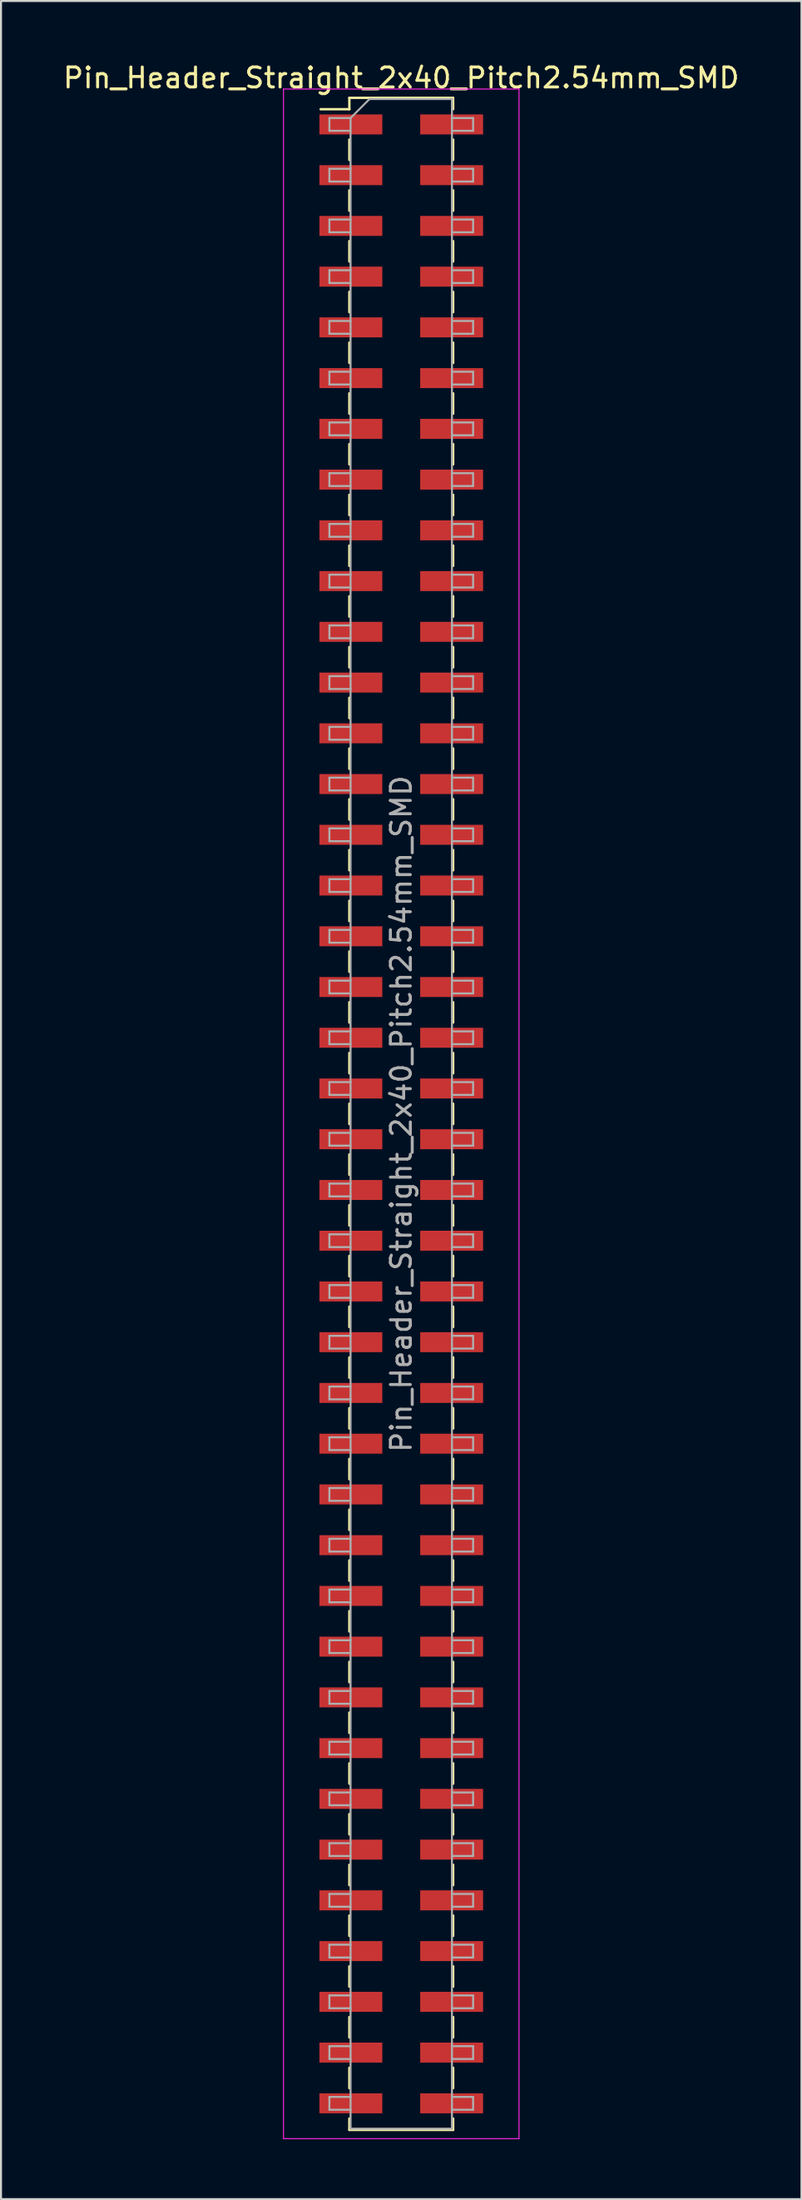
<source format=kicad_pcb>
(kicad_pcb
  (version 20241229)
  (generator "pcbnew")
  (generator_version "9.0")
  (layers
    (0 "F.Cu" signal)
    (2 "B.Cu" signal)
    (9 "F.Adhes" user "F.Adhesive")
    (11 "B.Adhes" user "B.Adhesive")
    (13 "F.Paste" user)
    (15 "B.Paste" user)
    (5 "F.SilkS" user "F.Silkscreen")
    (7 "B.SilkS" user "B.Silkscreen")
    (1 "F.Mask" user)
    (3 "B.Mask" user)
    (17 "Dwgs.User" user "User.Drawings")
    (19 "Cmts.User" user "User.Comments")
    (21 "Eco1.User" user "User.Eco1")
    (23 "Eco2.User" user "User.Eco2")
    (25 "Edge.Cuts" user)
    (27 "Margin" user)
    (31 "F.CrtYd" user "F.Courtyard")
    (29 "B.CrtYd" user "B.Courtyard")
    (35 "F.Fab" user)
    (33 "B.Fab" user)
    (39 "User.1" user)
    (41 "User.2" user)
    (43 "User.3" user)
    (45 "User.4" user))
  (footprint "Pin_Header_Straight_2x40_Pitch2.54mm_SMD"
    (layer "F.Cu")
    (at 17.054 52.708)
    (property "Reference" "Pin_Header_Straight_2x40_Pitch2.54mm_SMD" (at 0 -51.86 0) (layer "F.SilkS") (effects (font (size 1 1) (thickness 0.15))))
    (attr smd)
    (fp_line (start -4.04 -50.29) (end -2.6 -50.29) (stroke (width 0.12) (type solid)) (layer "F.SilkS"))
    (fp_line (start -2.6 -50.86) (end -2.6 -50.29) (stroke (width 0.12) (type solid)) (layer "F.SilkS"))
    (fp_line (start -2.6 -50.86) (end 2.6 -50.86) (stroke (width 0.12) (type solid)) (layer "F.SilkS"))
    (fp_line (start -2.6 -48.77) (end -2.6 -47.75) (stroke (width 0.12) (type solid)) (layer "F.SilkS"))
    (fp_line (start -2.6 -46.23) (end -2.6 -45.21) (stroke (width 0.12) (type solid)) (layer "F.SilkS"))
    (fp_line (start -2.6 -43.69) (end -2.6 -42.67) (stroke (width 0.12) (type solid)) (layer "F.SilkS"))
    (fp_line (start -2.6 -41.15) (end -2.6 -40.13) (stroke (width 0.12) (type solid)) (layer "F.SilkS"))
    (fp_line (start -2.6 -38.61) (end -2.6 -37.59) (stroke (width 0.12) (type solid)) (layer "F.SilkS"))
    (fp_line (start -2.6 -36.07) (end -2.6 -35.05) (stroke (width 0.12) (type solid)) (layer "F.SilkS"))
    (fp_line (start -2.6 -33.53) (end -2.6 -32.51) (stroke (width 0.12) (type solid)) (layer "F.SilkS"))
    (fp_line (start -2.6 -30.99) (end -2.6 -29.97) (stroke (width 0.12) (type solid)) (layer "F.SilkS"))
    (fp_line (start -2.6 -28.45) (end -2.6 -27.43) (stroke (width 0.12) (type solid)) (layer "F.SilkS"))
    (fp_line (start -2.6 -25.91) (end -2.6 -24.89) (stroke (width 0.12) (type solid)) (layer "F.SilkS"))
    (fp_line (start -2.6 -23.37) (end -2.6 -22.35) (stroke (width 0.12) (type solid)) (layer "F.SilkS"))
    (fp_line (start -2.6 -20.83) (end -2.6 -19.81) (stroke (width 0.12) (type solid)) (layer "F.SilkS"))
    (fp_line (start -2.6 -18.29) (end -2.6 -17.27) (stroke (width 0.12) (type solid)) (layer "F.SilkS"))
    (fp_line (start -2.6 -15.75) (end -2.6 -14.73) (stroke (width 0.12) (type solid)) (layer "F.SilkS"))
    (fp_line (start -2.6 -13.21) (end -2.6 -12.19) (stroke (width 0.12) (type solid)) (layer "F.SilkS"))
    (fp_line (start -2.6 -10.67) (end -2.6 -9.65) (stroke (width 0.12) (type solid)) (layer "F.SilkS"))
    (fp_line (start -2.6 -8.13) (end -2.6 -7.11) (stroke (width 0.12) (type solid)) (layer "F.SilkS"))
    (fp_line (start -2.6 -5.59) (end -2.6 -4.57) (stroke (width 0.12) (type solid)) (layer "F.SilkS"))
    (fp_line (start -2.6 -3.05) (end -2.6 -2.03) (stroke (width 0.12) (type solid)) (layer "F.SilkS"))
    (fp_line (start -2.6 -0.51) (end -2.6 0.51) (stroke (width 0.12) (type solid)) (layer "F.SilkS"))
    (fp_line (start -2.6 2.03) (end -2.6 3.05) (stroke (width 0.12) (type solid)) (layer "F.SilkS"))
    (fp_line (start -2.6 4.57) (end -2.6 5.59) (stroke (width 0.12) (type solid)) (layer "F.SilkS"))
    (fp_line (start -2.6 7.11) (end -2.6 8.13) (stroke (width 0.12) (type solid)) (layer "F.SilkS"))
    (fp_line (start -2.6 9.65) (end -2.6 10.67) (stroke (width 0.12) (type solid)) (layer "F.SilkS"))
    (fp_line (start -2.6 12.19) (end -2.6 13.21) (stroke (width 0.12) (type solid)) (layer "F.SilkS"))
    (fp_line (start -2.6 14.73) (end -2.6 15.75) (stroke (width 0.12) (type solid)) (layer "F.SilkS"))
    (fp_line (start -2.6 17.27) (end -2.6 18.29) (stroke (width 0.12) (type solid)) (layer "F.SilkS"))
    (fp_line (start -2.6 19.81) (end -2.6 20.83) (stroke (width 0.12) (type solid)) (layer "F.SilkS"))
    (fp_line (start -2.6 22.35) (end -2.6 23.37) (stroke (width 0.12) (type solid)) (layer "F.SilkS"))
    (fp_line (start -2.6 24.89) (end -2.6 25.91) (stroke (width 0.12) (type solid)) (layer "F.SilkS"))
    (fp_line (start -2.6 27.43) (end -2.6 28.45) (stroke (width 0.12) (type solid)) (layer "F.SilkS"))
    (fp_line (start -2.6 29.97) (end -2.6 30.99) (stroke (width 0.12) (type solid)) (layer "F.SilkS"))
    (fp_line (start -2.6 32.51) (end -2.6 33.53) (stroke (width 0.12) (type solid)) (layer "F.SilkS"))
    (fp_line (start -2.6 35.05) (end -2.6 36.07) (stroke (width 0.12) (type solid)) (layer "F.SilkS"))
    (fp_line (start -2.6 37.59) (end -2.6 38.61) (stroke (width 0.12) (type solid)) (layer "F.SilkS"))
    (fp_line (start -2.6 40.13) (end -2.6 41.15) (stroke (width 0.12) (type solid)) (layer "F.SilkS"))
    (fp_line (start -2.6 42.67) (end -2.6 43.69) (stroke (width 0.12) (type solid)) (layer "F.SilkS"))
    (fp_line (start -2.6 45.21) (end -2.6 46.23) (stroke (width 0.12) (type solid)) (layer "F.SilkS"))
    (fp_line (start -2.6 47.75) (end -2.6 48.77) (stroke (width 0.12) (type solid)) (layer "F.SilkS"))
    (fp_line (start -2.6 50.29) (end -2.6 50.86) (stroke (width 0.12) (type solid)) (layer "F.SilkS"))
    (fp_line (start -2.6 50.86) (end 2.6 50.86) (stroke (width 0.12) (type solid)) (layer "F.SilkS"))
    (fp_line (start 2.6 -50.86) (end 2.6 -50.29) (stroke (width 0.12) (type solid)) (layer "F.SilkS"))
    (fp_line (start 2.6 -48.77) (end 2.6 -47.75) (stroke (width 0.12) (type solid)) (layer "F.SilkS"))
    (fp_line (start 2.6 -46.23) (end 2.6 -45.21) (stroke (width 0.12) (type solid)) (layer "F.SilkS"))
    (fp_line (start 2.6 -43.69) (end 2.6 -42.67) (stroke (width 0.12) (type solid)) (layer "F.SilkS"))
    (fp_line (start 2.6 -41.15) (end 2.6 -40.13) (stroke (width 0.12) (type solid)) (layer "F.SilkS"))
    (fp_line (start 2.6 -38.61) (end 2.6 -37.59) (stroke (width 0.12) (type solid)) (layer "F.SilkS"))
    (fp_line (start 2.6 -36.07) (end 2.6 -35.05) (stroke (width 0.12) (type solid)) (layer "F.SilkS"))
    (fp_line (start 2.6 -33.53) (end 2.6 -32.51) (stroke (width 0.12) (type solid)) (layer "F.SilkS"))
    (fp_line (start 2.6 -30.99) (end 2.6 -29.97) (stroke (width 0.12) (type solid)) (layer "F.SilkS"))
    (fp_line (start 2.6 -28.45) (end 2.6 -27.43) (stroke (width 0.12) (type solid)) (layer "F.SilkS"))
    (fp_line (start 2.6 -25.91) (end 2.6 -24.89) (stroke (width 0.12) (type solid)) (layer "F.SilkS"))
    (fp_line (start 2.6 -23.37) (end 2.6 -22.35) (stroke (width 0.12) (type solid)) (layer "F.SilkS"))
    (fp_line (start 2.6 -20.83) (end 2.6 -19.81) (stroke (width 0.12) (type solid)) (layer "F.SilkS"))
    (fp_line (start 2.6 -18.29) (end 2.6 -17.27) (stroke (width 0.12) (type solid)) (layer "F.SilkS"))
    (fp_line (start 2.6 -15.75) (end 2.6 -14.73) (stroke (width 0.12) (type solid)) (layer "F.SilkS"))
    (fp_line (start 2.6 -13.21) (end 2.6 -12.19) (stroke (width 0.12) (type solid)) (layer "F.SilkS"))
    (fp_line (start 2.6 -10.67) (end 2.6 -9.65) (stroke (width 0.12) (type solid)) (layer "F.SilkS"))
    (fp_line (start 2.6 -8.13) (end 2.6 -7.11) (stroke (width 0.12) (type solid)) (layer "F.SilkS"))
    (fp_line (start 2.6 -5.59) (end 2.6 -4.57) (stroke (width 0.12) (type solid)) (layer "F.SilkS"))
    (fp_line (start 2.6 -3.05) (end 2.6 -2.03) (stroke (width 0.12) (type solid)) (layer "F.SilkS"))
    (fp_line (start 2.6 -0.51) (end 2.6 0.51) (stroke (width 0.12) (type solid)) (layer "F.SilkS"))
    (fp_line (start 2.6 2.03) (end 2.6 3.05) (stroke (width 0.12) (type solid)) (layer "F.SilkS"))
    (fp_line (start 2.6 4.57) (end 2.6 5.59) (stroke (width 0.12) (type solid)) (layer "F.SilkS"))
    (fp_line (start 2.6 7.11) (end 2.6 8.13) (stroke (width 0.12) (type solid)) (layer "F.SilkS"))
    (fp_line (start 2.6 9.65) (end 2.6 10.67) (stroke (width 0.12) (type solid)) (layer "F.SilkS"))
    (fp_line (start 2.6 12.19) (end 2.6 13.21) (stroke (width 0.12) (type solid)) (layer "F.SilkS"))
    (fp_line (start 2.6 14.73) (end 2.6 15.75) (stroke (width 0.12) (type solid)) (layer "F.SilkS"))
    (fp_line (start 2.6 17.27) (end 2.6 18.29) (stroke (width 0.12) (type solid)) (layer "F.SilkS"))
    (fp_line (start 2.6 19.81) (end 2.6 20.83) (stroke (width 0.12) (type solid)) (layer "F.SilkS"))
    (fp_line (start 2.6 22.35) (end 2.6 23.37) (stroke (width 0.12) (type solid)) (layer "F.SilkS"))
    (fp_line (start 2.6 24.89) (end 2.6 25.91) (stroke (width 0.12) (type solid)) (layer "F.SilkS"))
    (fp_line (start 2.6 27.43) (end 2.6 28.45) (stroke (width 0.12) (type solid)) (layer "F.SilkS"))
    (fp_line (start 2.6 29.97) (end 2.6 30.99) (stroke (width 0.12) (type solid)) (layer "F.SilkS"))
    (fp_line (start 2.6 32.51) (end 2.6 33.53) (stroke (width 0.12) (type solid)) (layer "F.SilkS"))
    (fp_line (start 2.6 35.05) (end 2.6 36.07) (stroke (width 0.12) (type solid)) (layer "F.SilkS"))
    (fp_line (start 2.6 37.59) (end 2.6 38.61) (stroke (width 0.12) (type solid)) (layer "F.SilkS"))
    (fp_line (start 2.6 40.13) (end 2.6 41.15) (stroke (width 0.12) (type solid)) (layer "F.SilkS"))
    (fp_line (start 2.6 42.67) (end 2.6 43.69) (stroke (width 0.12) (type solid)) (layer "F.SilkS"))
    (fp_line (start 2.6 45.21) (end 2.6 46.23) (stroke (width 0.12) (type solid)) (layer "F.SilkS"))
    (fp_line (start 2.6 47.75) (end 2.6 48.77) (stroke (width 0.12) (type solid)) (layer "F.SilkS"))
    (fp_line (start 2.6 50.29) (end 2.6 50.86) (stroke (width 0.12) (type solid)) (layer "F.SilkS"))
    (fp_line (start -5.9 -51.3) (end -5.9 51.3) (stroke (width 0.05) (type solid)) (layer "F.CrtYd"))
    (fp_line (start -5.9 51.3) (end 5.9 51.3) (stroke (width 0.05) (type solid)) (layer "F.CrtYd"))
    (fp_line (start 5.9 -51.3) (end -5.9 -51.3) (stroke (width 0.05) (type solid)) (layer "F.CrtYd"))
    (fp_line (start 5.9 51.3) (end 5.9 -51.3) (stroke (width 0.05) (type solid)) (layer "F.CrtYd"))
    (fp_line (start -3.6 -49.85) (end -3.6 -49.21) (stroke (width 0.1) (type solid)) (layer "F.Fab"))
    (fp_line (start -3.6 -49.21) (end -2.54 -49.21) (stroke (width 0.1) (type solid)) (layer "F.Fab"))
    (fp_line (start -3.6 -47.31) (end -3.6 -46.67) (stroke (width 0.1) (type solid)) (layer "F.Fab"))
    (fp_line (start -3.6 -46.67) (end -2.54 -46.67) (stroke (width 0.1) (type solid)) (layer "F.Fab"))
    (fp_line (start -3.6 -44.77) (end -3.6 -44.13) (stroke (width 0.1) (type solid)) (layer "F.Fab"))
    (fp_line (start -3.6 -44.13) (end -2.54 -44.13) (stroke (width 0.1) (type solid)) (layer "F.Fab"))
    (fp_line (start -3.6 -42.23) (end -3.6 -41.59) (stroke (width 0.1) (type solid)) (layer "F.Fab"))
    (fp_line (start -3.6 -41.59) (end -2.54 -41.59) (stroke (width 0.1) (type solid)) (layer "F.Fab"))
    (fp_line (start -3.6 -39.69) (end -3.6 -39.05) (stroke (width 0.1) (type solid)) (layer "F.Fab"))
    (fp_line (start -3.6 -39.05) (end -2.54 -39.05) (stroke (width 0.1) (type solid)) (layer "F.Fab"))
    (fp_line (start -3.6 -37.15) (end -3.6 -36.51) (stroke (width 0.1) (type solid)) (layer "F.Fab"))
    (fp_line (start -3.6 -36.51) (end -2.54 -36.51) (stroke (width 0.1) (type solid)) (layer "F.Fab"))
    (fp_line (start -3.6 -34.61) (end -3.6 -33.97) (stroke (width 0.1) (type solid)) (layer "F.Fab"))
    (fp_line (start -3.6 -33.97) (end -2.54 -33.97) (stroke (width 0.1) (type solid)) (layer "F.Fab"))
    (fp_line (start -3.6 -32.07) (end -3.6 -31.43) (stroke (width 0.1) (type solid)) (layer "F.Fab"))
    (fp_line (start -3.6 -31.43) (end -2.54 -31.43) (stroke (width 0.1) (type solid)) (layer "F.Fab"))
    (fp_line (start -3.6 -29.53) (end -3.6 -28.89) (stroke (width 0.1) (type solid)) (layer "F.Fab"))
    (fp_line (start -3.6 -28.89) (end -2.54 -28.89) (stroke (width 0.1) (type solid)) (layer "F.Fab"))
    (fp_line (start -3.6 -26.99) (end -3.6 -26.35) (stroke (width 0.1) (type solid)) (layer "F.Fab"))
    (fp_line (start -3.6 -26.35) (end -2.54 -26.35) (stroke (width 0.1) (type solid)) (layer "F.Fab"))
    (fp_line (start -3.6 -24.45) (end -3.6 -23.81) (stroke (width 0.1) (type solid)) (layer "F.Fab"))
    (fp_line (start -3.6 -23.81) (end -2.54 -23.81) (stroke (width 0.1) (type solid)) (layer "F.Fab"))
    (fp_line (start -3.6 -21.91) (end -3.6 -21.27) (stroke (width 0.1) (type solid)) (layer "F.Fab"))
    (fp_line (start -3.6 -21.27) (end -2.54 -21.27) (stroke (width 0.1) (type solid)) (layer "F.Fab"))
    (fp_line (start -3.6 -19.37) (end -3.6 -18.73) (stroke (width 0.1) (type solid)) (layer "F.Fab"))
    (fp_line (start -3.6 -18.73) (end -2.54 -18.73) (stroke (width 0.1) (type solid)) (layer "F.Fab"))
    (fp_line (start -3.6 -16.83) (end -3.6 -16.19) (stroke (width 0.1) (type solid)) (layer "F.Fab"))
    (fp_line (start -3.6 -16.19) (end -2.54 -16.19) (stroke (width 0.1) (type solid)) (layer "F.Fab"))
    (fp_line (start -3.6 -14.29) (end -3.6 -13.65) (stroke (width 0.1) (type solid)) (layer "F.Fab"))
    (fp_line (start -3.6 -13.65) (end -2.54 -13.65) (stroke (width 0.1) (type solid)) (layer "F.Fab"))
    (fp_line (start -3.6 -11.75) (end -3.6 -11.11) (stroke (width 0.1) (type solid)) (layer "F.Fab"))
    (fp_line (start -3.6 -11.11) (end -2.54 -11.11) (stroke (width 0.1) (type solid)) (layer "F.Fab"))
    (fp_line (start -3.6 -9.21) (end -3.6 -8.57) (stroke (width 0.1) (type solid)) (layer "F.Fab"))
    (fp_line (start -3.6 -8.57) (end -2.54 -8.57) (stroke (width 0.1) (type solid)) (layer "F.Fab"))
    (fp_line (start -3.6 -6.67) (end -3.6 -6.03) (stroke (width 0.1) (type solid)) (layer "F.Fab"))
    (fp_line (start -3.6 -6.03) (end -2.54 -6.03) (stroke (width 0.1) (type solid)) (layer "F.Fab"))
    (fp_line (start -3.6 -4.13) (end -3.6 -3.49) (stroke (width 0.1) (type solid)) (layer "F.Fab"))
    (fp_line (start -3.6 -3.49) (end -2.54 -3.49) (stroke (width 0.1) (type solid)) (layer "F.Fab"))
    (fp_line (start -3.6 -1.59) (end -3.6 -0.95) (stroke (width 0.1) (type solid)) (layer "F.Fab"))
    (fp_line (start -3.6 -0.95) (end -2.54 -0.95) (stroke (width 0.1) (type solid)) (layer "F.Fab"))
    (fp_line (start -3.6 0.95) (end -3.6 1.59) (stroke (width 0.1) (type solid)) (layer "F.Fab"))
    (fp_line (start -3.6 1.59) (end -2.54 1.59) (stroke (width 0.1) (type solid)) (layer "F.Fab"))
    (fp_line (start -3.6 3.49) (end -3.6 4.13) (stroke (width 0.1) (type solid)) (layer "F.Fab"))
    (fp_line (start -3.6 4.13) (end -2.54 4.13) (stroke (width 0.1) (type solid)) (layer "F.Fab"))
    (fp_line (start -3.6 6.03) (end -3.6 6.67) (stroke (width 0.1) (type solid)) (layer "F.Fab"))
    (fp_line (start -3.6 6.67) (end -2.54 6.67) (stroke (width 0.1) (type solid)) (layer "F.Fab"))
    (fp_line (start -3.6 8.57) (end -3.6 9.21) (stroke (width 0.1) (type solid)) (layer "F.Fab"))
    (fp_line (start -3.6 9.21) (end -2.54 9.21) (stroke (width 0.1) (type solid)) (layer "F.Fab"))
    (fp_line (start -3.6 11.11) (end -3.6 11.75) (stroke (width 0.1) (type solid)) (layer "F.Fab"))
    (fp_line (start -3.6 11.75) (end -2.54 11.75) (stroke (width 0.1) (type solid)) (layer "F.Fab"))
    (fp_line (start -3.6 13.65) (end -3.6 14.29) (stroke (width 0.1) (type solid)) (layer "F.Fab"))
    (fp_line (start -3.6 14.29) (end -2.54 14.29) (stroke (width 0.1) (type solid)) (layer "F.Fab"))
    (fp_line (start -3.6 16.19) (end -3.6 16.83) (stroke (width 0.1) (type solid)) (layer "F.Fab"))
    (fp_line (start -3.6 16.83) (end -2.54 16.83) (stroke (width 0.1) (type solid)) (layer "F.Fab"))
    (fp_line (start -3.6 18.73) (end -3.6 19.37) (stroke (width 0.1) (type solid)) (layer "F.Fab"))
    (fp_line (start -3.6 19.37) (end -2.54 19.37) (stroke (width 0.1) (type solid)) (layer "F.Fab"))
    (fp_line (start -3.6 21.27) (end -3.6 21.91) (stroke (width 0.1) (type solid)) (layer "F.Fab"))
    (fp_line (start -3.6 21.91) (end -2.54 21.91) (stroke (width 0.1) (type solid)) (layer "F.Fab"))
    (fp_line (start -3.6 23.81) (end -3.6 24.45) (stroke (width 0.1) (type solid)) (layer "F.Fab"))
    (fp_line (start -3.6 24.45) (end -2.54 24.45) (stroke (width 0.1) (type solid)) (layer "F.Fab"))
    (fp_line (start -3.6 26.35) (end -3.6 26.99) (stroke (width 0.1) (type solid)) (layer "F.Fab"))
    (fp_line (start -3.6 26.99) (end -2.54 26.99) (stroke (width 0.1) (type solid)) (layer "F.Fab"))
    (fp_line (start -3.6 28.89) (end -3.6 29.53) (stroke (width 0.1) (type solid)) (layer "F.Fab"))
    (fp_line (start -3.6 29.53) (end -2.54 29.53) (stroke (width 0.1) (type solid)) (layer "F.Fab"))
    (fp_line (start -3.6 31.43) (end -3.6 32.07) (stroke (width 0.1) (type solid)) (layer "F.Fab"))
    (fp_line (start -3.6 32.07) (end -2.54 32.07) (stroke (width 0.1) (type solid)) (layer "F.Fab"))
    (fp_line (start -3.6 33.97) (end -3.6 34.61) (stroke (width 0.1) (type solid)) (layer "F.Fab"))
    (fp_line (start -3.6 34.61) (end -2.54 34.61) (stroke (width 0.1) (type solid)) (layer "F.Fab"))
    (fp_line (start -3.6 36.51) (end -3.6 37.15) (stroke (width 0.1) (type solid)) (layer "F.Fab"))
    (fp_line (start -3.6 37.15) (end -2.54 37.15) (stroke (width 0.1) (type solid)) (layer "F.Fab"))
    (fp_line (start -3.6 39.05) (end -3.6 39.69) (stroke (width 0.1) (type solid)) (layer "F.Fab"))
    (fp_line (start -3.6 39.69) (end -2.54 39.69) (stroke (width 0.1) (type solid)) (layer "F.Fab"))
    (fp_line (start -3.6 41.59) (end -3.6 42.23) (stroke (width 0.1) (type solid)) (layer "F.Fab"))
    (fp_line (start -3.6 42.23) (end -2.54 42.23) (stroke (width 0.1) (type solid)) (layer "F.Fab"))
    (fp_line (start -3.6 44.13) (end -3.6 44.77) (stroke (width 0.1) (type solid)) (layer "F.Fab"))
    (fp_line (start -3.6 44.77) (end -2.54 44.77) (stroke (width 0.1) (type solid)) (layer "F.Fab"))
    (fp_line (start -3.6 46.67) (end -3.6 47.31) (stroke (width 0.1) (type solid)) (layer "F.Fab"))
    (fp_line (start -3.6 47.31) (end -2.54 47.31) (stroke (width 0.1) (type solid)) (layer "F.Fab"))
    (fp_line (start -3.6 49.21) (end -3.6 49.85) (stroke (width 0.1) (type solid)) (layer "F.Fab"))
    (fp_line (start -3.6 49.85) (end -2.54 49.85) (stroke (width 0.1) (type solid)) (layer "F.Fab"))
    (fp_line (start -2.54 -49.85) (end -3.6 -49.85) (stroke (width 0.1) (type solid)) (layer "F.Fab"))
    (fp_line (start -2.54 -49.85) (end -1.59 -50.8) (stroke (width 0.1) (type solid)) (layer "F.Fab"))
    (fp_line (start -2.54 -47.31) (end -3.6 -47.31) (stroke (width 0.1) (type solid)) (layer "F.Fab"))
    (fp_line (start -2.54 -44.77) (end -3.6 -44.77) (stroke (width 0.1) (type solid)) (layer "F.Fab"))
    (fp_line (start -2.54 -42.23) (end -3.6 -42.23) (stroke (width 0.1) (type solid)) (layer "F.Fab"))
    (fp_line (start -2.54 -39.69) (end -3.6 -39.69) (stroke (width 0.1) (type solid)) (layer "F.Fab"))
    (fp_line (start -2.54 -37.15) (end -3.6 -37.15) (stroke (width 0.1) (type solid)) (layer "F.Fab"))
    (fp_line (start -2.54 -34.61) (end -3.6 -34.61) (stroke (width 0.1) (type solid)) (layer "F.Fab"))
    (fp_line (start -2.54 -32.07) (end -3.6 -32.07) (stroke (width 0.1) (type solid)) (layer "F.Fab"))
    (fp_line (start -2.54 -29.53) (end -3.6 -29.53) (stroke (width 0.1) (type solid)) (layer "F.Fab"))
    (fp_line (start -2.54 -26.99) (end -3.6 -26.99) (stroke (width 0.1) (type solid)) (layer "F.Fab"))
    (fp_line (start -2.54 -24.45) (end -3.6 -24.45) (stroke (width 0.1) (type solid)) (layer "F.Fab"))
    (fp_line (start -2.54 -21.91) (end -3.6 -21.91) (stroke (width 0.1) (type solid)) (layer "F.Fab"))
    (fp_line (start -2.54 -19.37) (end -3.6 -19.37) (stroke (width 0.1) (type solid)) (layer "F.Fab"))
    (fp_line (start -2.54 -16.83) (end -3.6 -16.83) (stroke (width 0.1) (type solid)) (layer "F.Fab"))
    (fp_line (start -2.54 -14.29) (end -3.6 -14.29) (stroke (width 0.1) (type solid)) (layer "F.Fab"))
    (fp_line (start -2.54 -11.75) (end -3.6 -11.75) (stroke (width 0.1) (type solid)) (layer "F.Fab"))
    (fp_line (start -2.54 -9.21) (end -3.6 -9.21) (stroke (width 0.1) (type solid)) (layer "F.Fab"))
    (fp_line (start -2.54 -6.67) (end -3.6 -6.67) (stroke (width 0.1) (type solid)) (layer "F.Fab"))
    (fp_line (start -2.54 -4.13) (end -3.6 -4.13) (stroke (width 0.1) (type solid)) (layer "F.Fab"))
    (fp_line (start -2.54 -1.59) (end -3.6 -1.59) (stroke (width 0.1) (type solid)) (layer "F.Fab"))
    (fp_line (start -2.54 0.95) (end -3.6 0.95) (stroke (width 0.1) (type solid)) (layer "F.Fab"))
    (fp_line (start -2.54 3.49) (end -3.6 3.49) (stroke (width 0.1) (type solid)) (layer "F.Fab"))
    (fp_line (start -2.54 6.03) (end -3.6 6.03) (stroke (width 0.1) (type solid)) (layer "F.Fab"))
    (fp_line (start -2.54 8.57) (end -3.6 8.57) (stroke (width 0.1) (type solid)) (layer "F.Fab"))
    (fp_line (start -2.54 11.11) (end -3.6 11.11) (stroke (width 0.1) (type solid)) (layer "F.Fab"))
    (fp_line (start -2.54 13.65) (end -3.6 13.65) (stroke (width 0.1) (type solid)) (layer "F.Fab"))
    (fp_line (start -2.54 16.19) (end -3.6 16.19) (stroke (width 0.1) (type solid)) (layer "F.Fab"))
    (fp_line (start -2.54 18.73) (end -3.6 18.73) (stroke (width 0.1) (type solid)) (layer "F.Fab"))
    (fp_line (start -2.54 21.27) (end -3.6 21.27) (stroke (width 0.1) (type solid)) (layer "F.Fab"))
    (fp_line (start -2.54 23.81) (end -3.6 23.81) (stroke (width 0.1) (type solid)) (layer "F.Fab"))
    (fp_line (start -2.54 26.35) (end -3.6 26.35) (stroke (width 0.1) (type solid)) (layer "F.Fab"))
    (fp_line (start -2.54 28.89) (end -3.6 28.89) (stroke (width 0.1) (type solid)) (layer "F.Fab"))
    (fp_line (start -2.54 31.43) (end -3.6 31.43) (stroke (width 0.1) (type solid)) (layer "F.Fab"))
    (fp_line (start -2.54 33.97) (end -3.6 33.97) (stroke (width 0.1) (type solid)) (layer "F.Fab"))
    (fp_line (start -2.54 36.51) (end -3.6 36.51) (stroke (width 0.1) (type solid)) (layer "F.Fab"))
    (fp_line (start -2.54 39.05) (end -3.6 39.05) (stroke (width 0.1) (type solid)) (layer "F.Fab"))
    (fp_line (start -2.54 41.59) (end -3.6 41.59) (stroke (width 0.1) (type solid)) (layer "F.Fab"))
    (fp_line (start -2.54 44.13) (end -3.6 44.13) (stroke (width 0.1) (type solid)) (layer "F.Fab"))
    (fp_line (start -2.54 46.67) (end -3.6 46.67) (stroke (width 0.1) (type solid)) (layer "F.Fab"))
    (fp_line (start -2.54 49.21) (end -3.6 49.21) (stroke (width 0.1) (type solid)) (layer "F.Fab"))
    (fp_line (start -2.54 50.8) (end -2.54 -49.85) (stroke (width 0.1) (type solid)) (layer "F.Fab"))
    (fp_line (start -1.59 -50.8) (end 2.54 -50.8) (stroke (width 0.1) (type solid)) (layer "F.Fab"))
    (fp_line (start 2.54 -50.8) (end 2.54 50.8) (stroke (width 0.1) (type solid)) (layer "F.Fab"))
    (fp_line (start 2.54 -49.85) (end 3.6 -49.85) (stroke (width 0.1) (type solid)) (layer "F.Fab"))
    (fp_line (start 2.54 -47.31) (end 3.6 -47.31) (stroke (width 0.1) (type solid)) (layer "F.Fab"))
    (fp_line (start 2.54 -44.77) (end 3.6 -44.77) (stroke (width 0.1) (type solid)) (layer "F.Fab"))
    (fp_line (start 2.54 -42.23) (end 3.6 -42.23) (stroke (width 0.1) (type solid)) (layer "F.Fab"))
    (fp_line (start 2.54 -39.69) (end 3.6 -39.69) (stroke (width 0.1) (type solid)) (layer "F.Fab"))
    (fp_line (start 2.54 -37.15) (end 3.6 -37.15) (stroke (width 0.1) (type solid)) (layer "F.Fab"))
    (fp_line (start 2.54 -34.61) (end 3.6 -34.61) (stroke (width 0.1) (type solid)) (layer "F.Fab"))
    (fp_line (start 2.54 -32.07) (end 3.6 -32.07) (stroke (width 0.1) (type solid)) (layer "F.Fab"))
    (fp_line (start 2.54 -29.53) (end 3.6 -29.53) (stroke (width 0.1) (type solid)) (layer "F.Fab"))
    (fp_line (start 2.54 -26.99) (end 3.6 -26.99) (stroke (width 0.1) (type solid)) (layer "F.Fab"))
    (fp_line (start 2.54 -24.45) (end 3.6 -24.45) (stroke (width 0.1) (type solid)) (layer "F.Fab"))
    (fp_line (start 2.54 -21.91) (end 3.6 -21.91) (stroke (width 0.1) (type solid)) (layer "F.Fab"))
    (fp_line (start 2.54 -19.37) (end 3.6 -19.37) (stroke (width 0.1) (type solid)) (layer "F.Fab"))
    (fp_line (start 2.54 -16.83) (end 3.6 -16.83) (stroke (width 0.1) (type solid)) (layer "F.Fab"))
    (fp_line (start 2.54 -14.29) (end 3.6 -14.29) (stroke (width 0.1) (type solid)) (layer "F.Fab"))
    (fp_line (start 2.54 -11.75) (end 3.6 -11.75) (stroke (width 0.1) (type solid)) (layer "F.Fab"))
    (fp_line (start 2.54 -9.21) (end 3.6 -9.21) (stroke (width 0.1) (type solid)) (layer "F.Fab"))
    (fp_line (start 2.54 -6.67) (end 3.6 -6.67) (stroke (width 0.1) (type solid)) (layer "F.Fab"))
    (fp_line (start 2.54 -4.13) (end 3.6 -4.13) (stroke (width 0.1) (type solid)) (layer "F.Fab"))
    (fp_line (start 2.54 -1.59) (end 3.6 -1.59) (stroke (width 0.1) (type solid)) (layer "F.Fab"))
    (fp_line (start 2.54 0.95) (end 3.6 0.95) (stroke (width 0.1) (type solid)) (layer "F.Fab"))
    (fp_line (start 2.54 3.49) (end 3.6 3.49) (stroke (width 0.1) (type solid)) (layer "F.Fab"))
    (fp_line (start 2.54 6.03) (end 3.6 6.03) (stroke (width 0.1) (type solid)) (layer "F.Fab"))
    (fp_line (start 2.54 8.57) (end 3.6 8.57) (stroke (width 0.1) (type solid)) (layer "F.Fab"))
    (fp_line (start 2.54 11.11) (end 3.6 11.11) (stroke (width 0.1) (type solid)) (layer "F.Fab"))
    (fp_line (start 2.54 13.65) (end 3.6 13.65) (stroke (width 0.1) (type solid)) (layer "F.Fab"))
    (fp_line (start 2.54 16.19) (end 3.6 16.19) (stroke (width 0.1) (type solid)) (layer "F.Fab"))
    (fp_line (start 2.54 18.73) (end 3.6 18.73) (stroke (width 0.1) (type solid)) (layer "F.Fab"))
    (fp_line (start 2.54 21.27) (end 3.6 21.27) (stroke (width 0.1) (type solid)) (layer "F.Fab"))
    (fp_line (start 2.54 23.81) (end 3.6 23.81) (stroke (width 0.1) (type solid)) (layer "F.Fab"))
    (fp_line (start 2.54 26.35) (end 3.6 26.35) (stroke (width 0.1) (type solid)) (layer "F.Fab"))
    (fp_line (start 2.54 28.89) (end 3.6 28.89) (stroke (width 0.1) (type solid)) (layer "F.Fab"))
    (fp_line (start 2.54 31.43) (end 3.6 31.43) (stroke (width 0.1) (type solid)) (layer "F.Fab"))
    (fp_line (start 2.54 33.97) (end 3.6 33.97) (stroke (width 0.1) (type solid)) (layer "F.Fab"))
    (fp_line (start 2.54 36.51) (end 3.6 36.51) (stroke (width 0.1) (type solid)) (layer "F.Fab"))
    (fp_line (start 2.54 39.05) (end 3.6 39.05) (stroke (width 0.1) (type solid)) (layer "F.Fab"))
    (fp_line (start 2.54 41.59) (end 3.6 41.59) (stroke (width 0.1) (type solid)) (layer "F.Fab"))
    (fp_line (start 2.54 44.13) (end 3.6 44.13) (stroke (width 0.1) (type solid)) (layer "F.Fab"))
    (fp_line (start 2.54 46.67) (end 3.6 46.67) (stroke (width 0.1) (type solid)) (layer "F.Fab"))
    (fp_line (start 2.54 49.21) (end 3.6 49.21) (stroke (width 0.1) (type solid)) (layer "F.Fab"))
    (fp_line (start 2.54 50.8) (end -2.54 50.8) (stroke (width 0.1) (type solid)) (layer "F.Fab"))
    (fp_line (start 3.6 -49.85) (end 3.6 -49.21) (stroke (width 0.1) (type solid)) (layer "F.Fab"))
    (fp_line (start 3.6 -49.21) (end 2.54 -49.21) (stroke (width 0.1) (type solid)) (layer "F.Fab"))
    (fp_line (start 3.6 -47.31) (end 3.6 -46.67) (stroke (width 0.1) (type solid)) (layer "F.Fab"))
    (fp_line (start 3.6 -46.67) (end 2.54 -46.67) (stroke (width 0.1) (type solid)) (layer "F.Fab"))
    (fp_line (start 3.6 -44.77) (end 3.6 -44.13) (stroke (width 0.1) (type solid)) (layer "F.Fab"))
    (fp_line (start 3.6 -44.13) (end 2.54 -44.13) (stroke (width 0.1) (type solid)) (layer "F.Fab"))
    (fp_line (start 3.6 -42.23) (end 3.6 -41.59) (stroke (width 0.1) (type solid)) (layer "F.Fab"))
    (fp_line (start 3.6 -41.59) (end 2.54 -41.59) (stroke (width 0.1) (type solid)) (layer "F.Fab"))
    (fp_line (start 3.6 -39.69) (end 3.6 -39.05) (stroke (width 0.1) (type solid)) (layer "F.Fab"))
    (fp_line (start 3.6 -39.05) (end 2.54 -39.05) (stroke (width 0.1) (type solid)) (layer "F.Fab"))
    (fp_line (start 3.6 -37.15) (end 3.6 -36.51) (stroke (width 0.1) (type solid)) (layer "F.Fab"))
    (fp_line (start 3.6 -36.51) (end 2.54 -36.51) (stroke (width 0.1) (type solid)) (layer "F.Fab"))
    (fp_line (start 3.6 -34.61) (end 3.6 -33.97) (stroke (width 0.1) (type solid)) (layer "F.Fab"))
    (fp_line (start 3.6 -33.97) (end 2.54 -33.97) (stroke (width 0.1) (type solid)) (layer "F.Fab"))
    (fp_line (start 3.6 -32.07) (end 3.6 -31.43) (stroke (width 0.1) (type solid)) (layer "F.Fab"))
    (fp_line (start 3.6 -31.43) (end 2.54 -31.43) (stroke (width 0.1) (type solid)) (layer "F.Fab"))
    (fp_line (start 3.6 -29.53) (end 3.6 -28.89) (stroke (width 0.1) (type solid)) (layer "F.Fab"))
    (fp_line (start 3.6 -28.89) (end 2.54 -28.89) (stroke (width 0.1) (type solid)) (layer "F.Fab"))
    (fp_line (start 3.6 -26.99) (end 3.6 -26.35) (stroke (width 0.1) (type solid)) (layer "F.Fab"))
    (fp_line (start 3.6 -26.35) (end 2.54 -26.35) (stroke (width 0.1) (type solid)) (layer "F.Fab"))
    (fp_line (start 3.6 -24.45) (end 3.6 -23.81) (stroke (width 0.1) (type solid)) (layer "F.Fab"))
    (fp_line (start 3.6 -23.81) (end 2.54 -23.81) (stroke (width 0.1) (type solid)) (layer "F.Fab"))
    (fp_line (start 3.6 -21.91) (end 3.6 -21.27) (stroke (width 0.1) (type solid)) (layer "F.Fab"))
    (fp_line (start 3.6 -21.27) (end 2.54 -21.27) (stroke (width 0.1) (type solid)) (layer "F.Fab"))
    (fp_line (start 3.6 -19.37) (end 3.6 -18.73) (stroke (width 0.1) (type solid)) (layer "F.Fab"))
    (fp_line (start 3.6 -18.73) (end 2.54 -18.73) (stroke (width 0.1) (type solid)) (layer "F.Fab"))
    (fp_line (start 3.6 -16.83) (end 3.6 -16.19) (stroke (width 0.1) (type solid)) (layer "F.Fab"))
    (fp_line (start 3.6 -16.19) (end 2.54 -16.19) (stroke (width 0.1) (type solid)) (layer "F.Fab"))
    (fp_line (start 3.6 -14.29) (end 3.6 -13.65) (stroke (width 0.1) (type solid)) (layer "F.Fab"))
    (fp_line (start 3.6 -13.65) (end 2.54 -13.65) (stroke (width 0.1) (type solid)) (layer "F.Fab"))
    (fp_line (start 3.6 -11.75) (end 3.6 -11.11) (stroke (width 0.1) (type solid)) (layer "F.Fab"))
    (fp_line (start 3.6 -11.11) (end 2.54 -11.11) (stroke (width 0.1) (type solid)) (layer "F.Fab"))
    (fp_line (start 3.6 -9.21) (end 3.6 -8.57) (stroke (width 0.1) (type solid)) (layer "F.Fab"))
    (fp_line (start 3.6 -8.57) (end 2.54 -8.57) (stroke (width 0.1) (type solid)) (layer "F.Fab"))
    (fp_line (start 3.6 -6.67) (end 3.6 -6.03) (stroke (width 0.1) (type solid)) (layer "F.Fab"))
    (fp_line (start 3.6 -6.03) (end 2.54 -6.03) (stroke (width 0.1) (type solid)) (layer "F.Fab"))
    (fp_line (start 3.6 -4.13) (end 3.6 -3.49) (stroke (width 0.1) (type solid)) (layer "F.Fab"))
    (fp_line (start 3.6 -3.49) (end 2.54 -3.49) (stroke (width 0.1) (type solid)) (layer "F.Fab"))
    (fp_line (start 3.6 -1.59) (end 3.6 -0.95) (stroke (width 0.1) (type solid)) (layer "F.Fab"))
    (fp_line (start 3.6 -0.95) (end 2.54 -0.95) (stroke (width 0.1) (type solid)) (layer "F.Fab"))
    (fp_line (start 3.6 0.95) (end 3.6 1.59) (stroke (width 0.1) (type solid)) (layer "F.Fab"))
    (fp_line (start 3.6 1.59) (end 2.54 1.59) (stroke (width 0.1) (type solid)) (layer "F.Fab"))
    (fp_line (start 3.6 3.49) (end 3.6 4.13) (stroke (width 0.1) (type solid)) (layer "F.Fab"))
    (fp_line (start 3.6 4.13) (end 2.54 4.13) (stroke (width 0.1) (type solid)) (layer "F.Fab"))
    (fp_line (start 3.6 6.03) (end 3.6 6.67) (stroke (width 0.1) (type solid)) (layer "F.Fab"))
    (fp_line (start 3.6 6.67) (end 2.54 6.67) (stroke (width 0.1) (type solid)) (layer "F.Fab"))
    (fp_line (start 3.6 8.57) (end 3.6 9.21) (stroke (width 0.1) (type solid)) (layer "F.Fab"))
    (fp_line (start 3.6 9.21) (end 2.54 9.21) (stroke (width 0.1) (type solid)) (layer "F.Fab"))
    (fp_line (start 3.6 11.11) (end 3.6 11.75) (stroke (width 0.1) (type solid)) (layer "F.Fab"))
    (fp_line (start 3.6 11.75) (end 2.54 11.75) (stroke (width 0.1) (type solid)) (layer "F.Fab"))
    (fp_line (start 3.6 13.65) (end 3.6 14.29) (stroke (width 0.1) (type solid)) (layer "F.Fab"))
    (fp_line (start 3.6 14.29) (end 2.54 14.29) (stroke (width 0.1) (type solid)) (layer "F.Fab"))
    (fp_line (start 3.6 16.19) (end 3.6 16.83) (stroke (width 0.1) (type solid)) (layer "F.Fab"))
    (fp_line (start 3.6 16.83) (end 2.54 16.83) (stroke (width 0.1) (type solid)) (layer "F.Fab"))
    (fp_line (start 3.6 18.73) (end 3.6 19.37) (stroke (width 0.1) (type solid)) (layer "F.Fab"))
    (fp_line (start 3.6 19.37) (end 2.54 19.37) (stroke (width 0.1) (type solid)) (layer "F.Fab"))
    (fp_line (start 3.6 21.27) (end 3.6 21.91) (stroke (width 0.1) (type solid)) (layer "F.Fab"))
    (fp_line (start 3.6 21.91) (end 2.54 21.91) (stroke (width 0.1) (type solid)) (layer "F.Fab"))
    (fp_line (start 3.6 23.81) (end 3.6 24.45) (stroke (width 0.1) (type solid)) (layer "F.Fab"))
    (fp_line (start 3.6 24.45) (end 2.54 24.45) (stroke (width 0.1) (type solid)) (layer "F.Fab"))
    (fp_line (start 3.6 26.35) (end 3.6 26.99) (stroke (width 0.1) (type solid)) (layer "F.Fab"))
    (fp_line (start 3.6 26.99) (end 2.54 26.99) (stroke (width 0.1) (type solid)) (layer "F.Fab"))
    (fp_line (start 3.6 28.89) (end 3.6 29.53) (stroke (width 0.1) (type solid)) (layer "F.Fab"))
    (fp_line (start 3.6 29.53) (end 2.54 29.53) (stroke (width 0.1) (type solid)) (layer "F.Fab"))
    (fp_line (start 3.6 31.43) (end 3.6 32.07) (stroke (width 0.1) (type solid)) (layer "F.Fab"))
    (fp_line (start 3.6 32.07) (end 2.54 32.07) (stroke (width 0.1) (type solid)) (layer "F.Fab"))
    (fp_line (start 3.6 33.97) (end 3.6 34.61) (stroke (width 0.1) (type solid)) (layer "F.Fab"))
    (fp_line (start 3.6 34.61) (end 2.54 34.61) (stroke (width 0.1) (type solid)) (layer "F.Fab"))
    (fp_line (start 3.6 36.51) (end 3.6 37.15) (stroke (width 0.1) (type solid)) (layer "F.Fab"))
    (fp_line (start 3.6 37.15) (end 2.54 37.15) (stroke (width 0.1) (type solid)) (layer "F.Fab"))
    (fp_line (start 3.6 39.05) (end 3.6 39.69) (stroke (width 0.1) (type solid)) (layer "F.Fab"))
    (fp_line (start 3.6 39.69) (end 2.54 39.69) (stroke (width 0.1) (type solid)) (layer "F.Fab"))
    (fp_line (start 3.6 41.59) (end 3.6 42.23) (stroke (width 0.1) (type solid)) (layer "F.Fab"))
    (fp_line (start 3.6 42.23) (end 2.54 42.23) (stroke (width 0.1) (type solid)) (layer "F.Fab"))
    (fp_line (start 3.6 44.13) (end 3.6 44.77) (stroke (width 0.1) (type solid)) (layer "F.Fab"))
    (fp_line (start 3.6 44.77) (end 2.54 44.77) (stroke (width 0.1) (type solid)) (layer "F.Fab"))
    (fp_line (start 3.6 46.67) (end 3.6 47.31) (stroke (width 0.1) (type solid)) (layer "F.Fab"))
    (fp_line (start 3.6 47.31) (end 2.54 47.31) (stroke (width 0.1) (type solid)) (layer "F.Fab"))
    (fp_line (start 3.6 49.21) (end 3.6 49.85) (stroke (width 0.1) (type solid)) (layer "F.Fab"))
    (fp_line (start 3.6 49.85) (end 2.54 49.85) (stroke (width 0.1) (type solid)) (layer "F.Fab"))
    (fp_text user "${REFERENCE}" (at 0 0 90) (layer "F.Fab") (effects (font (size 1 1) (thickness 0.15))))
    (pad "1" smd rect (at -2.525 -49.53) (size 3.15 1) (layers "F.Cu" "F.Mask" "F.Paste"))
    (pad "2" smd rect (at 2.525 -49.53) (size 3.15 1) (layers "F.Cu" "F.Mask" "F.Paste"))
    (pad "3" smd rect (at -2.525 -46.99) (size 3.15 1) (layers "F.Cu" "F.Mask" "F.Paste"))
    (pad "4" smd rect (at 2.525 -46.99) (size 3.15 1) (layers "F.Cu" "F.Mask" "F.Paste"))
    (pad "5" smd rect (at -2.525 -44.45) (size 3.15 1) (layers "F.Cu" "F.Mask" "F.Paste"))
    (pad "6" smd rect (at 2.525 -44.45) (size 3.15 1) (layers "F.Cu" "F.Mask" "F.Paste"))
    (pad "7" smd rect (at -2.525 -41.91) (size 3.15 1) (layers "F.Cu" "F.Mask" "F.Paste"))
    (pad "8" smd rect (at 2.525 -41.91) (size 3.15 1) (layers "F.Cu" "F.Mask" "F.Paste"))
    (pad "9" smd rect (at -2.525 -39.37) (size 3.15 1) (layers "F.Cu" "F.Mask" "F.Paste"))
    (pad "10" smd rect (at 2.525 -39.37) (size 3.15 1) (layers "F.Cu" "F.Mask" "F.Paste"))
    (pad "11" smd rect (at -2.525 -36.83) (size 3.15 1) (layers "F.Cu" "F.Mask" "F.Paste"))
    (pad "12" smd rect (at 2.525 -36.83) (size 3.15 1) (layers "F.Cu" "F.Mask" "F.Paste"))
    (pad "13" smd rect (at -2.525 -34.29) (size 3.15 1) (layers "F.Cu" "F.Mask" "F.Paste"))
    (pad "14" smd rect (at 2.525 -34.29) (size 3.15 1) (layers "F.Cu" "F.Mask" "F.Paste"))
    (pad "15" smd rect (at -2.525 -31.75) (size 3.15 1) (layers "F.Cu" "F.Mask" "F.Paste"))
    (pad "16" smd rect (at 2.525 -31.75) (size 3.15 1) (layers "F.Cu" "F.Mask" "F.Paste"))
    (pad "17" smd rect (at -2.525 -29.21) (size 3.15 1) (layers "F.Cu" "F.Mask" "F.Paste"))
    (pad "18" smd rect (at 2.525 -29.21) (size 3.15 1) (layers "F.Cu" "F.Mask" "F.Paste"))
    (pad "19" smd rect (at -2.525 -26.67) (size 3.15 1) (layers "F.Cu" "F.Mask" "F.Paste"))
    (pad "20" smd rect (at 2.525 -26.67) (size 3.15 1) (layers "F.Cu" "F.Mask" "F.Paste"))
    (pad "21" smd rect (at -2.525 -24.13) (size 3.15 1) (layers "F.Cu" "F.Mask" "F.Paste"))
    (pad "22" smd rect (at 2.525 -24.13) (size 3.15 1) (layers "F.Cu" "F.Mask" "F.Paste"))
    (pad "23" smd rect (at -2.525 -21.59) (size 3.15 1) (layers "F.Cu" "F.Mask" "F.Paste"))
    (pad "24" smd rect (at 2.525 -21.59) (size 3.15 1) (layers "F.Cu" "F.Mask" "F.Paste"))
    (pad "25" smd rect (at -2.525 -19.05) (size 3.15 1) (layers "F.Cu" "F.Mask" "F.Paste"))
    (pad "26" smd rect (at 2.525 -19.05) (size 3.15 1) (layers "F.Cu" "F.Mask" "F.Paste"))
    (pad "27" smd rect (at -2.525 -16.51) (size 3.15 1) (layers "F.Cu" "F.Mask" "F.Paste"))
    (pad "28" smd rect (at 2.525 -16.51) (size 3.15 1) (layers "F.Cu" "F.Mask" "F.Paste"))
    (pad "29" smd rect (at -2.525 -13.97) (size 3.15 1) (layers "F.Cu" "F.Mask" "F.Paste"))
    (pad "30" smd rect (at 2.525 -13.97) (size 3.15 1) (layers "F.Cu" "F.Mask" "F.Paste"))
    (pad "31" smd rect (at -2.525 -11.43) (size 3.15 1) (layers "F.Cu" "F.Mask" "F.Paste"))
    (pad "32" smd rect (at 2.525 -11.43) (size 3.15 1) (layers "F.Cu" "F.Mask" "F.Paste"))
    (pad "33" smd rect (at -2.525 -8.89) (size 3.15 1) (layers "F.Cu" "F.Mask" "F.Paste"))
    (pad "34" smd rect (at 2.525 -8.89) (size 3.15 1) (layers "F.Cu" "F.Mask" "F.Paste"))
    (pad "35" smd rect (at -2.525 -6.35) (size 3.15 1) (layers "F.Cu" "F.Mask" "F.Paste"))
    (pad "36" smd rect (at 2.525 -6.35) (size 3.15 1) (layers "F.Cu" "F.Mask" "F.Paste"))
    (pad "37" smd rect (at -2.525 -3.81) (size 3.15 1) (layers "F.Cu" "F.Mask" "F.Paste"))
    (pad "38" smd rect (at 2.525 -3.81) (size 3.15 1) (layers "F.Cu" "F.Mask" "F.Paste"))
    (pad "39" smd rect (at -2.525 -1.27) (size 3.15 1) (layers "F.Cu" "F.Mask" "F.Paste"))
    (pad "40" smd rect (at 2.525 -1.27) (size 3.15 1) (layers "F.Cu" "F.Mask" "F.Paste"))
    (pad "41" smd rect (at -2.525 1.27) (size 3.15 1) (layers "F.Cu" "F.Mask" "F.Paste"))
    (pad "42" smd rect (at 2.525 1.27) (size 3.15 1) (layers "F.Cu" "F.Mask" "F.Paste"))
    (pad "43" smd rect (at -2.525 3.81) (size 3.15 1) (layers "F.Cu" "F.Mask" "F.Paste"))
    (pad "44" smd rect (at 2.525 3.81) (size 3.15 1) (layers "F.Cu" "F.Mask" "F.Paste"))
    (pad "45" smd rect (at -2.525 6.35) (size 3.15 1) (layers "F.Cu" "F.Mask" "F.Paste"))
    (pad "46" smd rect (at 2.525 6.35) (size 3.15 1) (layers "F.Cu" "F.Mask" "F.Paste"))
    (pad "47" smd rect (at -2.525 8.89) (size 3.15 1) (layers "F.Cu" "F.Mask" "F.Paste"))
    (pad "48" smd rect (at 2.525 8.89) (size 3.15 1) (layers "F.Cu" "F.Mask" "F.Paste"))
    (pad "49" smd rect (at -2.525 11.43) (size 3.15 1) (layers "F.Cu" "F.Mask" "F.Paste"))
    (pad "50" smd rect (at 2.525 11.43) (size 3.15 1) (layers "F.Cu" "F.Mask" "F.Paste"))
    (pad "51" smd rect (at -2.525 13.97) (size 3.15 1) (layers "F.Cu" "F.Mask" "F.Paste"))
    (pad "52" smd rect (at 2.525 13.97) (size 3.15 1) (layers "F.Cu" "F.Mask" "F.Paste"))
    (pad "53" smd rect (at -2.525 16.51) (size 3.15 1) (layers "F.Cu" "F.Mask" "F.Paste"))
    (pad "54" smd rect (at 2.525 16.51) (size 3.15 1) (layers "F.Cu" "F.Mask" "F.Paste"))
    (pad "55" smd rect (at -2.525 19.05) (size 3.15 1) (layers "F.Cu" "F.Mask" "F.Paste"))
    (pad "56" smd rect (at 2.525 19.05) (size 3.15 1) (layers "F.Cu" "F.Mask" "F.Paste"))
    (pad "57" smd rect (at -2.525 21.59) (size 3.15 1) (layers "F.Cu" "F.Mask" "F.Paste"))
    (pad "58" smd rect (at 2.525 21.59) (size 3.15 1) (layers "F.Cu" "F.Mask" "F.Paste"))
    (pad "59" smd rect (at -2.525 24.13) (size 3.15 1) (layers "F.Cu" "F.Mask" "F.Paste"))
    (pad "60" smd rect (at 2.525 24.13) (size 3.15 1) (layers "F.Cu" "F.Mask" "F.Paste"))
    (pad "61" smd rect (at -2.525 26.67) (size 3.15 1) (layers "F.Cu" "F.Mask" "F.Paste"))
    (pad "62" smd rect (at 2.525 26.67) (size 3.15 1) (layers "F.Cu" "F.Mask" "F.Paste"))
    (pad "63" smd rect (at -2.525 29.21) (size 3.15 1) (layers "F.Cu" "F.Mask" "F.Paste"))
    (pad "64" smd rect (at 2.525 29.21) (size 3.15 1) (layers "F.Cu" "F.Mask" "F.Paste"))
    (pad "65" smd rect (at -2.525 31.75) (size 3.15 1) (layers "F.Cu" "F.Mask" "F.Paste"))
    (pad "66" smd rect (at 2.525 31.75) (size 3.15 1) (layers "F.Cu" "F.Mask" "F.Paste"))
    (pad "67" smd rect (at -2.525 34.29) (size 3.15 1) (layers "F.Cu" "F.Mask" "F.Paste"))
    (pad "68" smd rect (at 2.525 34.29) (size 3.15 1) (layers "F.Cu" "F.Mask" "F.Paste"))
    (pad "69" smd rect (at -2.525 36.83) (size 3.15 1) (layers "F.Cu" "F.Mask" "F.Paste"))
    (pad "70" smd rect (at 2.525 36.83) (size 3.15 1) (layers "F.Cu" "F.Mask" "F.Paste"))
    (pad "71" smd rect (at -2.525 39.37) (size 3.15 1) (layers "F.Cu" "F.Mask" "F.Paste"))
    (pad "72" smd rect (at 2.525 39.37) (size 3.15 1) (layers "F.Cu" "F.Mask" "F.Paste"))
    (pad "73" smd rect (at -2.525 41.91) (size 3.15 1) (layers "F.Cu" "F.Mask" "F.Paste"))
    (pad "74" smd rect (at 2.525 41.91) (size 3.15 1) (layers "F.Cu" "F.Mask" "F.Paste"))
    (pad "75" smd rect (at -2.525 44.45) (size 3.15 1) (layers "F.Cu" "F.Mask" "F.Paste"))
    (pad "76" smd rect (at 2.525 44.45) (size 3.15 1) (layers "F.Cu" "F.Mask" "F.Paste"))
    (pad "77" smd rect (at -2.525 46.99) (size 3.15 1) (layers "F.Cu" "F.Mask" "F.Paste"))
    (pad "78" smd rect (at 2.525 46.99) (size 3.15 1) (layers "F.Cu" "F.Mask" "F.Paste"))
    (pad "79" smd rect (at -2.525 49.53) (size 3.15 1) (layers "F.Cu" "F.Mask" "F.Paste"))
    (pad "80" smd rect (at 2.525 49.53) (size 3.15 1) (layers "F.Cu" "F.Mask" "F.Paste")))
  (gr_rect
    (start -3 -3)
    (end 37.107 107.033)
    (stroke (width 0.1) (type default))
    (fill no)
    (layer "Edge.Cuts")))
</source>
